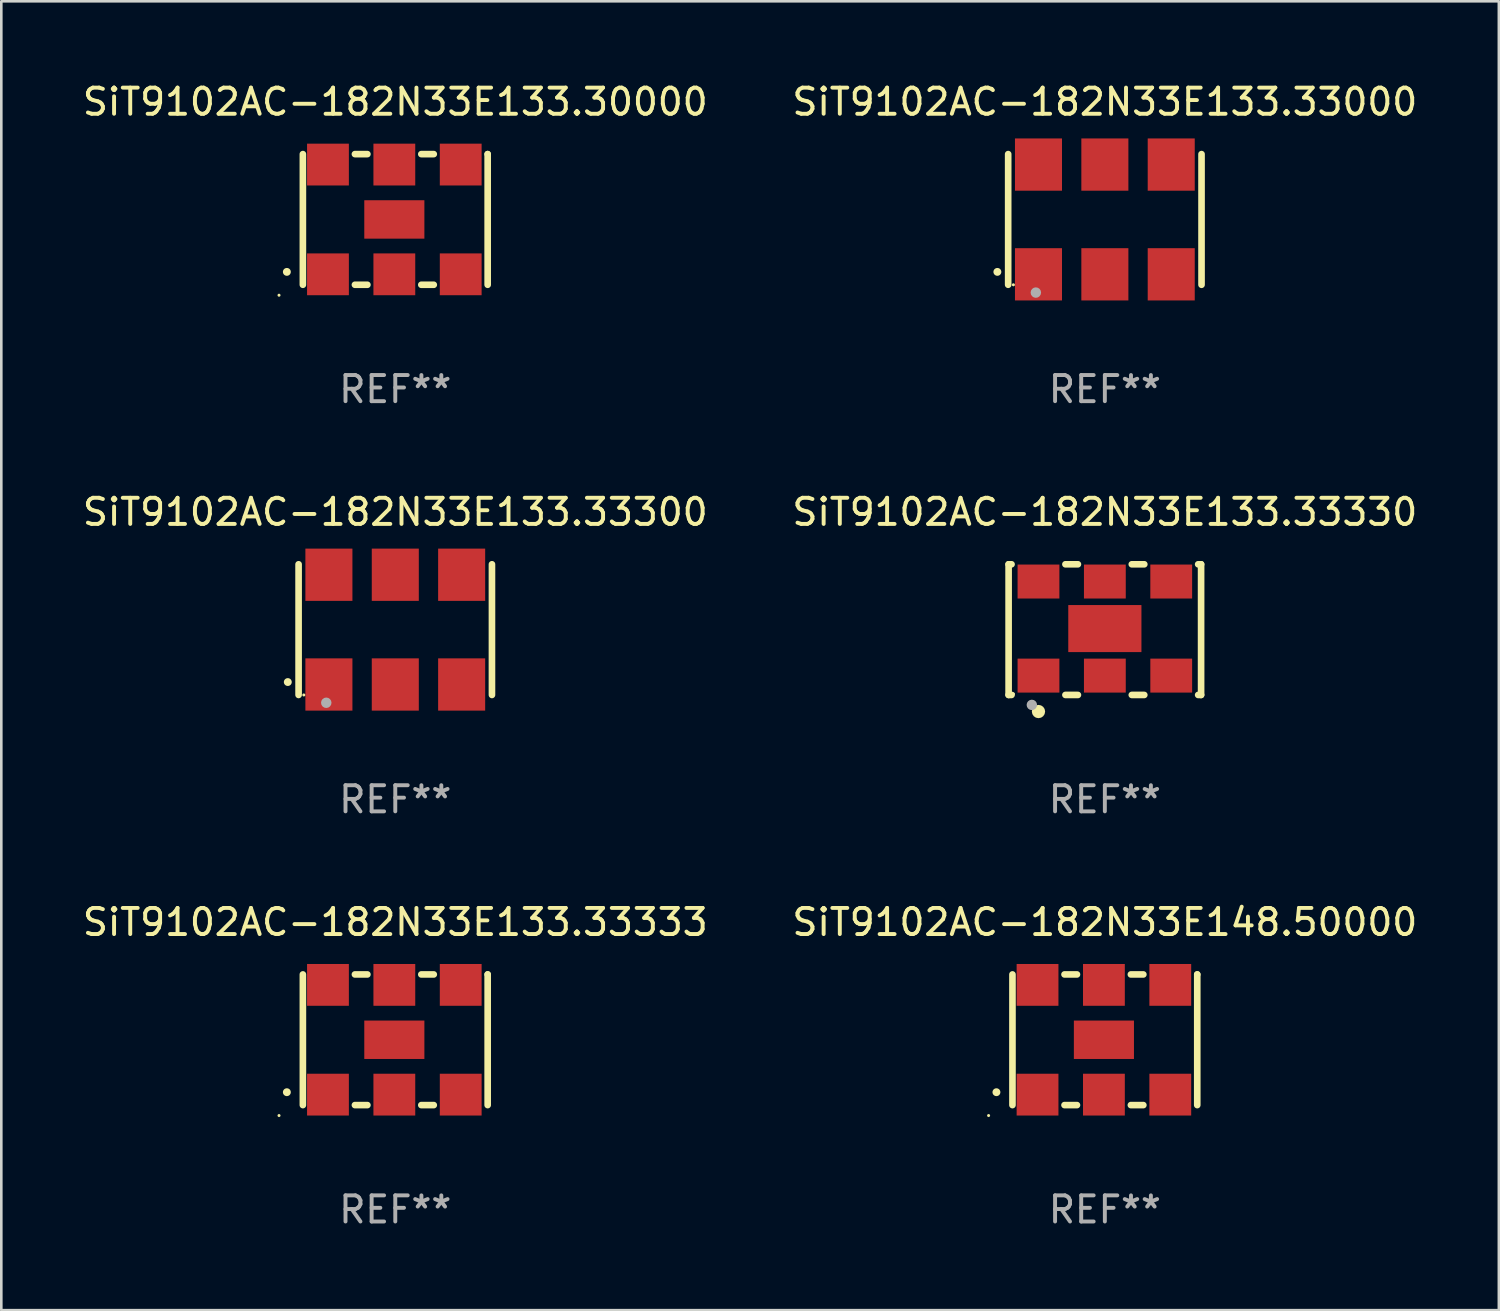
<source format=kicad_pcb>
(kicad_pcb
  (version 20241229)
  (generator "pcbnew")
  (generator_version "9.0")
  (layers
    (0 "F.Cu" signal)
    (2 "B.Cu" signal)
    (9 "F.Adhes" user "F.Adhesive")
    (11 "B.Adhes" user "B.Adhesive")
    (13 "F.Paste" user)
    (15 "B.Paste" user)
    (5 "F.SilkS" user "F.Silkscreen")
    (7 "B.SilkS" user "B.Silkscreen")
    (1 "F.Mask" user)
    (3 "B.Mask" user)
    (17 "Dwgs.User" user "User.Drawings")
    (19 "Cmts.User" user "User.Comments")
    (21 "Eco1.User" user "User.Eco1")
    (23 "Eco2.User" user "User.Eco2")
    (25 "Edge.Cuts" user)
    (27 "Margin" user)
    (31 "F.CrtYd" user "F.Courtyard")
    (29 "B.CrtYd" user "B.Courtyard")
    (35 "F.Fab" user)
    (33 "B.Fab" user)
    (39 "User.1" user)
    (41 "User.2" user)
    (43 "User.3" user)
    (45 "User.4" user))
  (footprint "SiT9102AC-182N33E133.33330"
    (layer "F.Cu")
    (at 39.232 21.045)
    (property "Reference" "SiT9102AC-182N33E133.33330" (at 0 -4.5 0) (layer "F.SilkS") (effects (font (size 1 1) (thickness 0.15))))
    (attr through_hole)
    (fp_line (start -3.683 -2.5) (end -3.571 -2.5) (stroke (width 0.254) (type solid)) (layer "F.SilkS"))
    (fp_line (start -3.683 2.5) (end -3.683 -2.5) (stroke (width 0.254) (type solid)) (layer "F.SilkS"))
    (fp_line (start -3.683 2.5) (end -3.571 2.5) (stroke (width 0.254) (type solid)) (layer "F.SilkS"))
    (fp_line (start -1.509 -2.5) (end -1.031 -2.5) (stroke (width 0.254) (type solid)) (layer "F.SilkS"))
    (fp_line (start -1.509 2.5) (end -1.031 2.5) (stroke (width 0.254) (type solid)) (layer "F.SilkS"))
    (fp_line (start 1.031 -2.5) (end 1.509 -2.5) (stroke (width 0.254) (type solid)) (layer "F.SilkS"))
    (fp_line (start 1.031 2.5) (end 1.509 2.5) (stroke (width 0.254) (type solid)) (layer "F.SilkS"))
    (fp_line (start 3.571 -2.5) (end 3.683 -2.5) (stroke (width 0.254) (type solid)) (layer "F.SilkS"))
    (fp_line (start 3.571 2.5) (end 3.683 2.5) (stroke (width 0.254) (type solid)) (layer "F.SilkS"))
    (fp_line (start 3.683 2.5) (end 3.683 -2.5) (stroke (width 0.254) (type solid)) (layer "F.SilkS"))
    (fp_circle (center -3.5 2.46) (end -3.47 2.46) (stroke (width 0.06) (type solid)) (fill no) (layer "F.SilkS"))
    (fp_circle (center -2.54 3.135) (end -2.413 3.135) (stroke (width 0.254) (type solid)) (fill no) (layer "F.SilkS"))
    (fp_circle (center -2.794 2.881) (end -2.694 2.881) (stroke (width 0.2) (type solid)) (fill no) (layer "F.Fab"))
    (fp_text user "REF**" (at 0 6.5 0) (layer "F.Fab") (effects (font (size 1 1) (thickness 0.15))))
    (pad "1" smd rect (at -2.54 1.76) (size 1.6 1.3) (layers "F.Cu" "F.Mask" "F.Paste"))
    (pad "2" smd rect (at 0 1.76) (size 1.6 1.3) (layers "F.Cu" "F.Mask" "F.Paste"))
    (pad "3" smd rect (at 2.54 1.76) (size 1.6 1.3) (layers "F.Cu" "F.Mask" "F.Paste"))
    (pad "4" smd rect (at 2.54 -1.84) (size 1.6 1.3) (layers "F.Cu" "F.Mask" "F.Paste"))
    (pad "5" smd rect (at 0 -1.84) (size 1.6 1.3) (layers "F.Cu" "F.Mask" "F.Paste"))
    (pad "6" smd rect (at -2.54 -1.84) (size 1.6 1.3) (layers "F.Cu" "F.Mask" "F.Paste"))
    (pad "7" smd rect (at 0 -0.04) (size 2.8 1.8) (layers "F.Cu" "F.Mask" "F.Paste")))
  (footprint "SiT9102AC-182N33E133.33333"
    (layer "F.Cu")
    (at 12.077 36.741)
    (property "Reference" "SiT9102AC-182N33E133.33333" (at 0 -4.5 0) (layer "F.SilkS") (effects (font (size 1 1) (thickness 0.15))))
    (attr through_hole)
    (fp_line (start -3.536 -2.5) (end -3.536 2.5) (stroke (width 0.254) (type solid)) (layer "F.SilkS"))
    (fp_line (start -1.544 2.5) (end -1.067 2.5) (stroke (width 0.254) (type solid)) (layer "F.SilkS"))
    (fp_line (start -1.067 -2.5) (end -1.544 -2.5) (stroke (width 0.254) (type solid)) (layer "F.SilkS"))
    (fp_line (start 0.996 2.5) (end 1.473 2.5) (stroke (width 0.254) (type solid)) (layer "F.SilkS"))
    (fp_line (start 1.473 -2.5) (end 0.996 -2.5) (stroke (width 0.254) (type solid)) (layer "F.SilkS"))
    (fp_line (start 3.536 -2.5) (end 3.536 -2.5) (stroke (width 0.254) (type solid)) (layer "F.SilkS"))
    (fp_line (start 3.536 2.5) (end 3.536 -2.5) (stroke (width 0.254) (type solid)) (layer "F.SilkS"))
    (fp_arc (start -4.150432 2.006604) (mid -4.149162 2.006599) (end -4.147892 2.006604) (stroke (width 0.3) (type solid)) (layer "F.SilkS"))
    (fp_circle (center -4.449 2.9) (end -4.419 2.9) (stroke (width 0.06) (type solid)) (fill no) (layer "F.SilkS"))
    (fp_text user "REF**" (at 0 6.5 0) (layer "F.Fab") (effects (font (size 1 1) (thickness 0.15))))
    (pad "1" smd rect (at -2.576 2.1) (size 1.6 1.6) (layers "F.Cu" "F.Mask" "F.Paste"))
    (pad "2" smd rect (at -0.036 2.1) (size 1.6 1.6) (layers "F.Cu" "F.Mask" "F.Paste"))
    (pad "3" smd rect (at 2.504 2.1) (size 1.6 1.6) (layers "F.Cu" "F.Mask" "F.Paste"))
    (pad "4" smd rect (at 2.504 -2.1) (size 1.6 1.6) (layers "F.Cu" "F.Mask" "F.Paste"))
    (pad "5" smd rect (at -0.036 -2.1) (size 1.6 1.6) (layers "F.Cu" "F.Mask" "F.Paste"))
    (pad "6" smd rect (at -2.576 -2.1) (size 1.6 1.6) (layers "F.Cu" "F.Mask" "F.Paste"))
    (pad "7" smd rect (at -0.036 0) (size 2.3 1.47) (layers "F.Cu" "F.Mask" "F.Paste")))
  (footprint "SiT9102AC-182N33E133.33000"
    (layer "F.Cu")
    (at 39.232 5.348)
    (property "Reference" "SiT9102AC-182N33E133.33000" (at 0 -4.5 0) (layer "F.SilkS") (effects (font (size 1 1) (thickness 0.15))))
    (attr through_hole)
    (fp_line (start -3.7 -2.5) (end -3.7 2.5) (stroke (width 0.254) (type solid)) (layer "F.SilkS"))
    (fp_line (start 3.7 -2.5) (end 3.7 2.5) (stroke (width 0.254) (type solid)) (layer "F.SilkS"))
    (fp_arc (start -4.114415 2.006604) (mid -4.113145 2.006599) (end -4.111875 2.006604) (stroke (width 0.3) (type solid)) (layer "F.SilkS"))
    (fp_circle (center -3.5 2.501) (end -3.47 2.501) (stroke (width 0.06) (type solid)) (fill no) (layer "F.SilkS"))
    (fp_circle (center -2.641 2.799) (end -2.541 2.799) (stroke (width 0.2) (type solid)) (fill no) (layer "F.Fab"))
    (fp_text user "REF**" (at 0 6.5 0) (layer "F.Fab") (effects (font (size 1 1) (thickness 0.15))))
    (pad "1" smd rect (at -2.54 2.1) (size 1.8 2) (layers "F.Cu" "F.Mask" "F.Paste"))
    (pad "2" smd rect (at 0.000394 2.1) (size 1.8 2) (layers "F.Cu" "F.Mask" "F.Paste"))
    (pad "3" smd rect (at 2.54 2.1) (size 1.8 2) (layers "F.Cu" "F.Mask" "F.Paste"))
    (pad "4" smd rect (at 2.54 -2.1) (size 1.8 2) (layers "F.Cu" "F.Mask" "F.Paste"))
    (pad "5" smd rect (at 0.000394 -2.1) (size 1.8 2) (layers "F.Cu" "F.Mask" "F.Paste"))
    (pad "6" smd rect (at -2.54 -2.1) (size 1.8 2) (layers "F.Cu" "F.Mask" "F.Paste")))
  (footprint "SiT9102AC-182N33E133.33300"
    (layer "F.Cu")
    (at 12.077 21.045)
    (property "Reference" "SiT9102AC-182N33E133.33300" (at 0 -4.5 0) (layer "F.SilkS") (effects (font (size 1 1) (thickness 0.15))))
    (attr through_hole)
    (fp_line (start -3.7 -2.5) (end -3.7 2.5) (stroke (width 0.254) (type solid)) (layer "F.SilkS"))
    (fp_line (start 3.7 -2.5) (end 3.7 2.5) (stroke (width 0.254) (type solid)) (layer "F.SilkS"))
    (fp_arc (start -4.114415 2.006604) (mid -4.113145 2.006599) (end -4.111875 2.006604) (stroke (width 0.3) (type solid)) (layer "F.SilkS"))
    (fp_circle (center -3.5 2.501) (end -3.47 2.501) (stroke (width 0.06) (type solid)) (fill no) (layer "F.SilkS"))
    (fp_circle (center -2.641 2.799) (end -2.541 2.799) (stroke (width 0.2) (type solid)) (fill no) (layer "F.Fab"))
    (fp_text user "REF**" (at 0 6.5 0) (layer "F.Fab") (effects (font (size 1 1) (thickness 0.15))))
    (pad "1" smd rect (at -2.54 2.1) (size 1.8 2) (layers "F.Cu" "F.Mask" "F.Paste"))
    (pad "2" smd rect (at 0.000394 2.1) (size 1.8 2) (layers "F.Cu" "F.Mask" "F.Paste"))
    (pad "3" smd rect (at 2.54 2.1) (size 1.8 2) (layers "F.Cu" "F.Mask" "F.Paste"))
    (pad "4" smd rect (at 2.54 -2.1) (size 1.8 2) (layers "F.Cu" "F.Mask" "F.Paste"))
    (pad "5" smd rect (at 0.000394 -2.1) (size 1.8 2) (layers "F.Cu" "F.Mask" "F.Paste"))
    (pad "6" smd rect (at -2.54 -2.1) (size 1.8 2) (layers "F.Cu" "F.Mask" "F.Paste")))
  (footprint "SiT9102AC-182N33E148.50000"
    (layer "F.Cu")
    (at 39.232 36.741)
    (property "Reference" "SiT9102AC-182N33E148.50000" (at 0 -4.5 0) (layer "F.SilkS") (effects (font (size 1 1) (thickness 0.15))))
    (attr through_hole)
    (fp_line (start -3.536 -2.5) (end -3.536 2.5) (stroke (width 0.254) (type solid)) (layer "F.SilkS"))
    (fp_line (start -1.544 2.5) (end -1.067 2.5) (stroke (width 0.254) (type solid)) (layer "F.SilkS"))
    (fp_line (start -1.067 -2.5) (end -1.544 -2.5) (stroke (width 0.254) (type solid)) (layer "F.SilkS"))
    (fp_line (start 0.996 2.5) (end 1.473 2.5) (stroke (width 0.254) (type solid)) (layer "F.SilkS"))
    (fp_line (start 1.473 -2.5) (end 0.996 -2.5) (stroke (width 0.254) (type solid)) (layer "F.SilkS"))
    (fp_line (start 3.536 -2.5) (end 3.536 -2.5) (stroke (width 0.254) (type solid)) (layer "F.SilkS"))
    (fp_line (start 3.536 2.5) (end 3.536 -2.5) (stroke (width 0.254) (type solid)) (layer "F.SilkS"))
    (fp_arc (start -4.150432 2.006604) (mid -4.149162 2.006599) (end -4.147892 2.006604) (stroke (width 0.3) (type solid)) (layer "F.SilkS"))
    (fp_circle (center -4.449 2.9) (end -4.419 2.9) (stroke (width 0.06) (type solid)) (fill no) (layer "F.SilkS"))
    (fp_text user "REF**" (at 0 6.5 0) (layer "F.Fab") (effects (font (size 1 1) (thickness 0.15))))
    (pad "1" smd rect (at -2.576 2.1) (size 1.6 1.6) (layers "F.Cu" "F.Mask" "F.Paste"))
    (pad "2" smd rect (at -0.036 2.1) (size 1.6 1.6) (layers "F.Cu" "F.Mask" "F.Paste"))
    (pad "3" smd rect (at 2.504 2.1) (size 1.6 1.6) (layers "F.Cu" "F.Mask" "F.Paste"))
    (pad "4" smd rect (at 2.504 -2.1) (size 1.6 1.6) (layers "F.Cu" "F.Mask" "F.Paste"))
    (pad "5" smd rect (at -0.036 -2.1) (size 1.6 1.6) (layers "F.Cu" "F.Mask" "F.Paste"))
    (pad "6" smd rect (at -2.576 -2.1) (size 1.6 1.6) (layers "F.Cu" "F.Mask" "F.Paste"))
    (pad "7" smd rect (at -0.036 0) (size 2.3 1.47) (layers "F.Cu" "F.Mask" "F.Paste")))
  (footprint "SiT9102AC-182N33E133.30000"
    (layer "F.Cu")
    (at 12.077 5.348)
    (property "Reference" "SiT9102AC-182N33E133.30000" (at 0 -4.5 0) (layer "F.SilkS") (effects (font (size 1 1) (thickness 0.15))))
    (attr through_hole)
    (fp_line (start -3.536 -2.5) (end -3.536 2.5) (stroke (width 0.254) (type solid)) (layer "F.SilkS"))
    (fp_line (start -1.544 2.5) (end -1.067 2.5) (stroke (width 0.254) (type solid)) (layer "F.SilkS"))
    (fp_line (start -1.067 -2.5) (end -1.544 -2.5) (stroke (width 0.254) (type solid)) (layer "F.SilkS"))
    (fp_line (start 0.996 2.5) (end 1.473 2.5) (stroke (width 0.254) (type solid)) (layer "F.SilkS"))
    (fp_line (start 1.473 -2.5) (end 0.996 -2.5) (stroke (width 0.254) (type solid)) (layer "F.SilkS"))
    (fp_line (start 3.536 -2.5) (end 3.536 -2.5) (stroke (width 0.254) (type solid)) (layer "F.SilkS"))
    (fp_line (start 3.536 2.5) (end 3.536 -2.5) (stroke (width 0.254) (type solid)) (layer "F.SilkS"))
    (fp_arc (start -4.150432 2.006604) (mid -4.149162 2.006599) (end -4.147892 2.006604) (stroke (width 0.3) (type solid)) (layer "F.SilkS"))
    (fp_circle (center -4.449 2.9) (end -4.419 2.9) (stroke (width 0.06) (type solid)) (fill no) (layer "F.SilkS"))
    (fp_text user "REF**" (at 0 6.5 0) (layer "F.Fab") (effects (font (size 1 1) (thickness 0.15))))
    (pad "1" smd rect (at -2.576 2.1) (size 1.6 1.6) (layers "F.Cu" "F.Mask" "F.Paste"))
    (pad "2" smd rect (at -0.036 2.1) (size 1.6 1.6) (layers "F.Cu" "F.Mask" "F.Paste"))
    (pad "3" smd rect (at 2.504 2.1) (size 1.6 1.6) (layers "F.Cu" "F.Mask" "F.Paste"))
    (pad "4" smd rect (at 2.504 -2.1) (size 1.6 1.6) (layers "F.Cu" "F.Mask" "F.Paste"))
    (pad "5" smd rect (at -0.036 -2.1) (size 1.6 1.6) (layers "F.Cu" "F.Mask" "F.Paste"))
    (pad "6" smd rect (at -2.576 -2.1) (size 1.6 1.6) (layers "F.Cu" "F.Mask" "F.Paste"))
    (pad "7" smd rect (at -0.036 0) (size 2.3 1.47) (layers "F.Cu" "F.Mask" "F.Paste")))
  (gr_rect
    (start -3 -3)
    (end 54.31 47.09)
    (stroke (width 0.1) (type default))
    (fill no)
    (layer "Edge.Cuts")))
</source>
